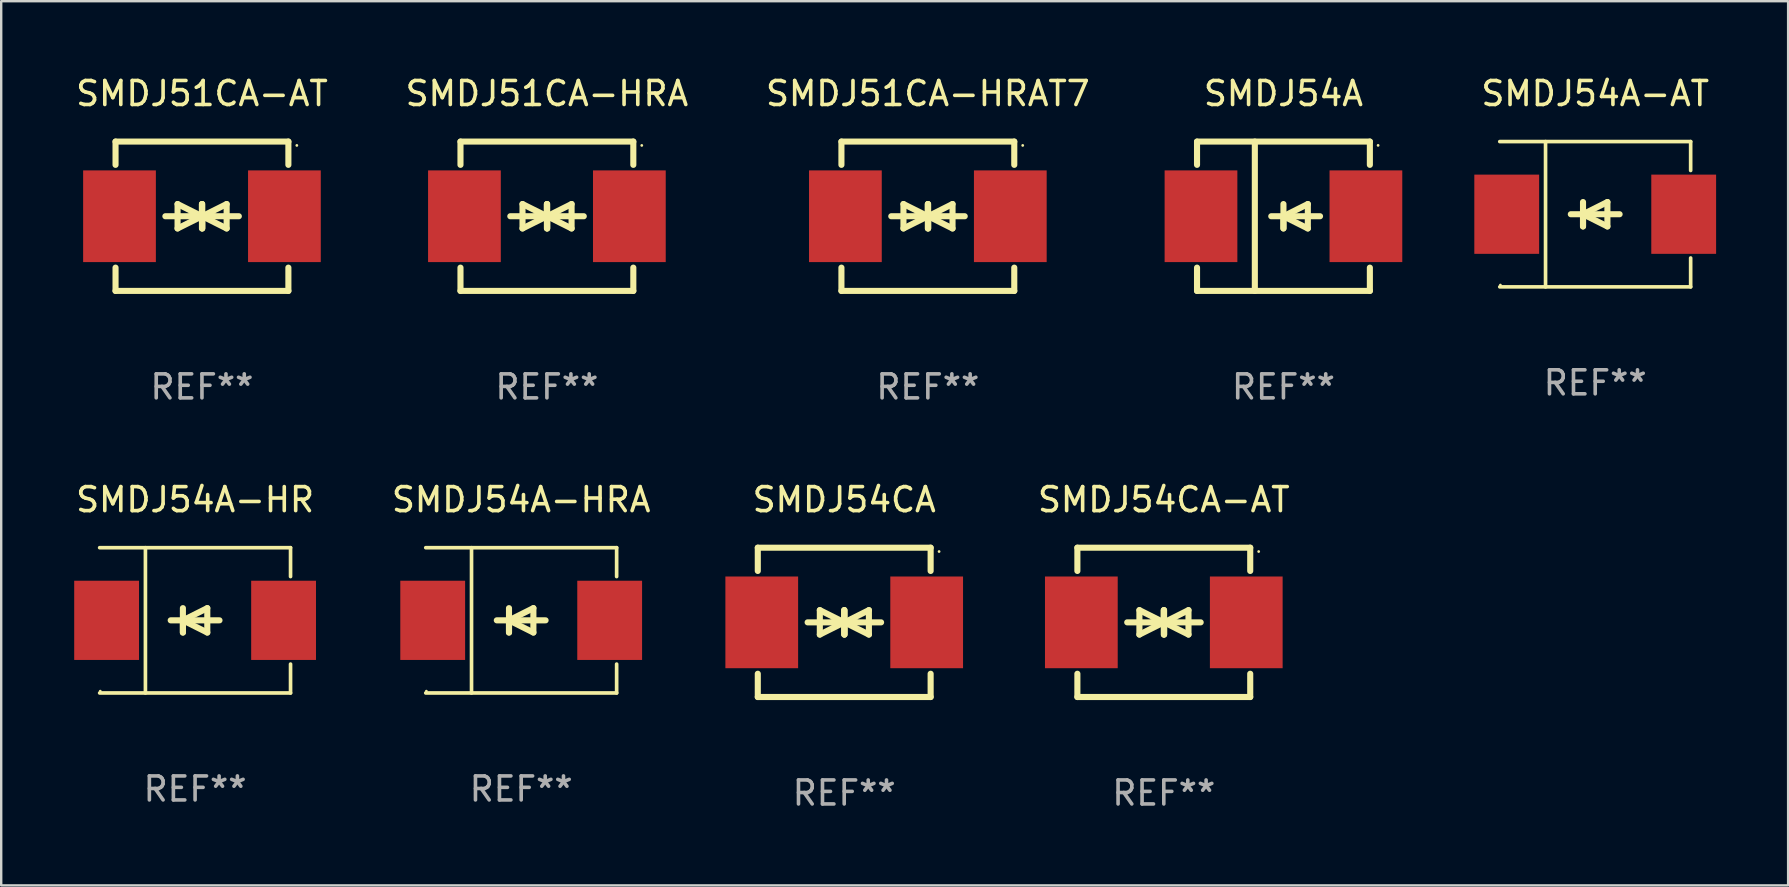
<source format=kicad_pcb>
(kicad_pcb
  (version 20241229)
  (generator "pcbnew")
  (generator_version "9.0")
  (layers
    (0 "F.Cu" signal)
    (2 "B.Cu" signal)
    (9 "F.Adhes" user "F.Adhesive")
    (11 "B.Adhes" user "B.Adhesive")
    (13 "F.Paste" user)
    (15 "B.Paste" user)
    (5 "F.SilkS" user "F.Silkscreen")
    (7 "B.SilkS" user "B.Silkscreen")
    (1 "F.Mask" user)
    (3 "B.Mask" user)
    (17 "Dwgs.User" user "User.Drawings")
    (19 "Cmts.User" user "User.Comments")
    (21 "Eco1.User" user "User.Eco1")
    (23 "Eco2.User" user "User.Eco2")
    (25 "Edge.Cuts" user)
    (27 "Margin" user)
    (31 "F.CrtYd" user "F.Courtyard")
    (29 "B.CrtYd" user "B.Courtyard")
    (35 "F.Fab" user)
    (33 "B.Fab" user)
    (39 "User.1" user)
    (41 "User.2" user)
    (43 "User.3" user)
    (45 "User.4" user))
  (footprint "SMDJ54A-AT"
    (layer "F.Cu")
    (at 63.401 5.874)
    (property "Reference" "SMDJ54A-AT" (at 0 -5.026 0) (layer "F.SilkS") (effects (font (size 1 1) (thickness 0.15))))
    (attr through_hole)
    (fp_line (start -3.976 -3.026) (end 3.976 -3.026) (stroke (width 0.152) (type solid)) (layer "F.SilkS"))
    (fp_line (start -3.976 3.026) (end 3.976 3.026) (stroke (width 0.152) (type solid)) (layer "F.SilkS"))
    (fp_line (start -2.069 -3.026) (end -2.069 3.026) (stroke (width 0.152) (type solid)) (layer "F.SilkS"))
    (fp_line (start -0.508 0) (end -0.508 0.508) (stroke (width 0.254) (type solid)) (layer "F.SilkS"))
    (fp_line (start -0.508 0) (end 0.508 0.508) (stroke (width 0.254) (type solid)) (layer "F.SilkS"))
    (fp_line (start -0.508 0.508) (end -0.508 -0.508) (stroke (width 0.254) (type solid)) (layer "F.SilkS"))
    (fp_line (start 0.508 -0.508) (end -0.508 0) (stroke (width 0.254) (type solid)) (layer "F.SilkS"))
    (fp_line (start 0.508 0.508) (end 0.508 -0.508) (stroke (width 0.254) (type solid)) (layer "F.SilkS"))
    (fp_line (start 1.016 0) (end -1.016 0) (stroke (width 0.254) (type solid)) (layer "F.SilkS"))
    (fp_line (start 3.976 -3.026) (end 3.976 -1.823) (stroke (width 0.152) (type solid)) (layer "F.SilkS"))
    (fp_line (start 3.976 3.026) (end 3.976 1.823) (stroke (width 0.152) (type solid)) (layer "F.SilkS"))
    (fp_circle (center -3.95 2.95) (end -3.92 2.95) (stroke (width 0.06) (type solid)) (fill no) (layer "F.SilkS"))
    (fp_text user "REF**" (at 0 7.026 0) (layer "F.Fab") (effects (font (size 1 1) (thickness 0.15))))
    (pad "1" smd rect (at -3.686 0) (size 2.7 3.3) (layers "F.Cu" "F.Mask" "F.Paste"))
    (pad "2" smd rect (at 3.686 0) (size 2.7 3.3) (layers "F.Cu" "F.Mask" "F.Paste")))
  (footprint "SMDJ54A-HR"
    (layer "F.Cu")
    (at 5.077 22.791)
    (property "Reference" "SMDJ54A-HR" (at 0 -5.026 0) (layer "F.SilkS") (effects (font (size 1 1) (thickness 0.15))))
    (attr through_hole)
    (fp_line (start -3.976 -3.026) (end 3.976 -3.026) (stroke (width 0.152) (type solid)) (layer "F.SilkS"))
    (fp_line (start -3.976 3.026) (end 3.976 3.026) (stroke (width 0.152) (type solid)) (layer "F.SilkS"))
    (fp_line (start -2.069 -3.026) (end -2.069 3.026) (stroke (width 0.152) (type solid)) (layer "F.SilkS"))
    (fp_line (start -0.508 0) (end -0.508 0.508) (stroke (width 0.254) (type solid)) (layer "F.SilkS"))
    (fp_line (start -0.508 0) (end 0.508 0.508) (stroke (width 0.254) (type solid)) (layer "F.SilkS"))
    (fp_line (start -0.508 0.508) (end -0.508 -0.508) (stroke (width 0.254) (type solid)) (layer "F.SilkS"))
    (fp_line (start 0.508 -0.508) (end -0.508 0) (stroke (width 0.254) (type solid)) (layer "F.SilkS"))
    (fp_line (start 0.508 0.508) (end 0.508 -0.508) (stroke (width 0.254) (type solid)) (layer "F.SilkS"))
    (fp_line (start 1.016 0) (end -1.016 0) (stroke (width 0.254) (type solid)) (layer "F.SilkS"))
    (fp_line (start 3.976 -3.026) (end 3.976 -1.823) (stroke (width 0.152) (type solid)) (layer "F.SilkS"))
    (fp_line (start 3.976 3.026) (end 3.976 1.823) (stroke (width 0.152) (type solid)) (layer "F.SilkS"))
    (fp_circle (center -3.95 2.95) (end -3.92 2.95) (stroke (width 0.06) (type solid)) (fill no) (layer "F.SilkS"))
    (fp_text user "REF**" (at 0 7.026 0) (layer "F.Fab") (effects (font (size 1 1) (thickness 0.15))))
    (pad "1" smd rect (at -3.686 0) (size 2.7 3.3) (layers "F.Cu" "F.Mask" "F.Paste"))
    (pad "2" smd rect (at 3.686 0) (size 2.7 3.3) (layers "F.Cu" "F.Mask" "F.Paste")))
  (footprint "SMDJ54A-HRA"
    (layer "F.Cu")
    (at 18.661 22.791)
    (property "Reference" "SMDJ54A-HRA" (at 0 -5.026 0) (layer "F.SilkS") (effects (font (size 1 1) (thickness 0.15))))
    (attr through_hole)
    (fp_line (start -3.976 -3.026) (end 3.976 -3.026) (stroke (width 0.152) (type solid)) (layer "F.SilkS"))
    (fp_line (start -3.976 3.026) (end 3.976 3.026) (stroke (width 0.152) (type solid)) (layer "F.SilkS"))
    (fp_line (start -2.069 -3.026) (end -2.069 3.026) (stroke (width 0.152) (type solid)) (layer "F.SilkS"))
    (fp_line (start -0.508 0) (end -0.508 0.508) (stroke (width 0.254) (type solid)) (layer "F.SilkS"))
    (fp_line (start -0.508 0) (end 0.508 0.508) (stroke (width 0.254) (type solid)) (layer "F.SilkS"))
    (fp_line (start -0.508 0.508) (end -0.508 -0.508) (stroke (width 0.254) (type solid)) (layer "F.SilkS"))
    (fp_line (start 0.508 -0.508) (end -0.508 0) (stroke (width 0.254) (type solid)) (layer "F.SilkS"))
    (fp_line (start 0.508 0.508) (end 0.508 -0.508) (stroke (width 0.254) (type solid)) (layer "F.SilkS"))
    (fp_line (start 1.016 0) (end -1.016 0) (stroke (width 0.254) (type solid)) (layer "F.SilkS"))
    (fp_line (start 3.976 -3.026) (end 3.976 -1.823) (stroke (width 0.152) (type solid)) (layer "F.SilkS"))
    (fp_line (start 3.976 3.026) (end 3.976 1.823) (stroke (width 0.152) (type solid)) (layer "F.SilkS"))
    (fp_circle (center -3.95 2.95) (end -3.92 2.95) (stroke (width 0.06) (type solid)) (fill no) (layer "F.SilkS"))
    (fp_text user "REF**" (at 0 7.026 0) (layer "F.Fab") (effects (font (size 1 1) (thickness 0.15))))
    (pad "1" smd rect (at -3.686 0) (size 2.7 3.3) (layers "F.Cu" "F.Mask" "F.Paste"))
    (pad "2" smd rect (at 3.686 0) (size 2.7 3.3) (layers "F.Cu" "F.Mask" "F.Paste")))
  (footprint "SMDJ54A"
    (layer "F.Cu")
    (at 50.414 5.958)
    (property "Reference" "SMDJ54A" (at 0 -5.11 0) (layer "F.SilkS") (effects (font (size 1 1) (thickness 0.15))))
    (attr through_hole)
    (fp_line (start -3.6 -3.11) (end -3.6 -2.141) (stroke (width 0.254) (type solid)) (layer "F.SilkS"))
    (fp_line (start -3.6 -3.11) (end 3.6 -3.11) (stroke (width 0.254) (type solid)) (layer "F.SilkS"))
    (fp_line (start -3.6 2.141) (end -3.6 3.11) (stroke (width 0.254) (type solid)) (layer "F.SilkS"))
    (fp_line (start -3.6 3.11) (end 3.6 3.11) (stroke (width 0.254) (type solid)) (layer "F.SilkS"))
    (fp_line (start -1.192 -3.11) (end -1.192 3.11) (stroke (width 0.254) (type solid)) (layer "F.SilkS"))
    (fp_line (start 0 0) (end 0 0.508) (stroke (width 0.254) (type solid)) (layer "F.SilkS"))
    (fp_line (start 0 0) (end 1.016 0.508) (stroke (width 0.254) (type solid)) (layer "F.SilkS"))
    (fp_line (start 0 0.508) (end 0 -0.508) (stroke (width 0.254) (type solid)) (layer "F.SilkS"))
    (fp_line (start 1.016 -0.508) (end 0 0) (stroke (width 0.254) (type solid)) (layer "F.SilkS"))
    (fp_line (start 1.016 0.508) (end 1.016 -0.508) (stroke (width 0.254) (type solid)) (layer "F.SilkS"))
    (fp_line (start 1.524 0) (end -0.508 0) (stroke (width 0.254) (type solid)) (layer "F.SilkS"))
    (fp_line (start 3.6 -3.11) (end 3.6 -2.141) (stroke (width 0.254) (type solid)) (layer "F.SilkS"))
    (fp_line (start 3.6 2.141) (end 3.6 3.11) (stroke (width 0.254) (type solid)) (layer "F.SilkS"))
    (fp_circle (center 3.943 -2.952) (end 3.973 -2.952) (stroke (width 0.06) (type solid)) (fill no) (layer "F.SilkS"))
    (fp_text user "REF**" (at 0 7.11 0) (layer "F.Fab") (effects (font (size 1 1) (thickness 0.15))))
    (pad "1" smd rect (at 3.435 0 180) (size 3.03 3.82) (layers "F.Cu" "F.Mask" "F.Paste"))
    (pad "2" smd rect (at -3.435 0 180) (size 3.03 3.82) (layers "F.Cu" "F.Mask" "F.Paste")))
  (footprint "SMDJ54CA"
    (layer "F.Cu")
    (at 32.117 22.875)
    (property "Reference" "SMDJ54CA" (at 0 -5.11 0) (layer "F.SilkS") (effects (font (size 1 1) (thickness 0.15))))
    (attr through_hole)
    (fp_line (start -3.6 -2.141) (end -3.6 -3.11) (stroke (width 0.254) (type solid)) (layer "F.SilkS"))
    (fp_line (start -3.6 3.11) (end -3.6 2.141) (stroke (width 0.254) (type solid)) (layer "F.SilkS"))
    (fp_line (start -1.524 0) (end 0.508 0) (stroke (width 0.254) (type solid)) (layer "F.SilkS"))
    (fp_line (start -1.016 -0.508) (end -1.016 0.508) (stroke (width 0.254) (type solid)) (layer "F.SilkS"))
    (fp_line (start -1.016 0.508) (end 0 0) (stroke (width 0.254) (type solid)) (layer "F.SilkS"))
    (fp_line (start 0 -0.508) (end 0 0.508) (stroke (width 0.254) (type solid)) (layer "F.SilkS"))
    (fp_line (start 0 0) (end -1.016 -0.508) (stroke (width 0.254) (type solid)) (layer "F.SilkS"))
    (fp_line (start 0 0) (end 0 -0.508) (stroke (width 0.254) (type solid)) (layer "F.SilkS"))
    (fp_line (start 0.012 0) (end 0.012 0.508) (stroke (width 0.254) (type solid)) (layer "F.SilkS"))
    (fp_line (start 0.012 0) (end 1.028 0.508) (stroke (width 0.254) (type solid)) (layer "F.SilkS"))
    (fp_line (start 0.012 0.508) (end 0.012 -0.508) (stroke (width 0.254) (type solid)) (layer "F.SilkS"))
    (fp_line (start 1.028 -0.508) (end 0.012 0) (stroke (width 0.254) (type solid)) (layer "F.SilkS"))
    (fp_line (start 1.028 0.508) (end 1.028 -0.508) (stroke (width 0.254) (type solid)) (layer "F.SilkS"))
    (fp_line (start 1.536 0) (end -0.496 0) (stroke (width 0.254) (type solid)) (layer "F.SilkS"))
    (fp_line (start 3.6 -3.11) (end -3.6 -3.11) (stroke (width 0.254) (type solid)) (layer "F.SilkS"))
    (fp_line (start 3.6 -2.141) (end 3.6 -3.11) (stroke (width 0.254) (type solid)) (layer "F.SilkS"))
    (fp_line (start 3.6 3.11) (end -3.6 3.11) (stroke (width 0.254) (type solid)) (layer "F.SilkS"))
    (fp_line (start 3.6 3.11) (end 3.6 2.141) (stroke (width 0.254) (type solid)) (layer "F.SilkS"))
    (fp_circle (center 3.952 -2.95) (end 3.982 -2.95) (stroke (width 0.06) (type solid)) (fill no) (layer "F.SilkS"))
    (fp_text user "REF**" (at 0 7.11 0) (layer "F.Fab") (effects (font (size 1 1) (thickness 0.15))))
    (pad "1" smd rect (at 3.435 0) (size 3.03 3.82) (layers "F.Cu" "F.Mask" "F.Paste"))
    (pad "2" smd rect (at -3.435 0) (size 3.03 3.82) (layers "F.Cu" "F.Mask" "F.Paste")))
  (footprint "SMDJ51CA-HRAT7"
    (layer "F.Cu")
    (at 35.601 5.958)
    (property "Reference" "SMDJ51CA-HRAT7" (at 0 -5.11 0) (layer "F.SilkS") (effects (font (size 1 1) (thickness 0.15))))
    (attr through_hole)
    (fp_line (start -3.6 -2.141) (end -3.6 -3.11) (stroke (width 0.254) (type solid)) (layer "F.SilkS"))
    (fp_line (start -3.6 3.11) (end -3.6 2.141) (stroke (width 0.254) (type solid)) (layer "F.SilkS"))
    (fp_line (start -1.524 0) (end 0.508 0) (stroke (width 0.254) (type solid)) (layer "F.SilkS"))
    (fp_line (start -1.016 -0.508) (end -1.016 0.508) (stroke (width 0.254) (type solid)) (layer "F.SilkS"))
    (fp_line (start -1.016 0.508) (end 0 0) (stroke (width 0.254) (type solid)) (layer "F.SilkS"))
    (fp_line (start 0 -0.508) (end 0 0.508) (stroke (width 0.254) (type solid)) (layer "F.SilkS"))
    (fp_line (start 0 0) (end -1.016 -0.508) (stroke (width 0.254) (type solid)) (layer "F.SilkS"))
    (fp_line (start 0 0) (end 0 -0.508) (stroke (width 0.254) (type solid)) (layer "F.SilkS"))
    (fp_line (start 0.012 0) (end 0.012 0.508) (stroke (width 0.254) (type solid)) (layer "F.SilkS"))
    (fp_line (start 0.012 0) (end 1.028 0.508) (stroke (width 0.254) (type solid)) (layer "F.SilkS"))
    (fp_line (start 0.012 0.508) (end 0.012 -0.508) (stroke (width 0.254) (type solid)) (layer "F.SilkS"))
    (fp_line (start 1.028 -0.508) (end 0.012 0) (stroke (width 0.254) (type solid)) (layer "F.SilkS"))
    (fp_line (start 1.028 0.508) (end 1.028 -0.508) (stroke (width 0.254) (type solid)) (layer "F.SilkS"))
    (fp_line (start 1.536 0) (end -0.496 0) (stroke (width 0.254) (type solid)) (layer "F.SilkS"))
    (fp_line (start 3.6 -3.11) (end -3.6 -3.11) (stroke (width 0.254) (type solid)) (layer "F.SilkS"))
    (fp_line (start 3.6 -2.141) (end 3.6 -3.11) (stroke (width 0.254) (type solid)) (layer "F.SilkS"))
    (fp_line (start 3.6 3.11) (end -3.6 3.11) (stroke (width 0.254) (type solid)) (layer "F.SilkS"))
    (fp_line (start 3.6 3.11) (end 3.6 2.141) (stroke (width 0.254) (type solid)) (layer "F.SilkS"))
    (fp_circle (center 3.952 -2.95) (end 3.982 -2.95) (stroke (width 0.06) (type solid)) (fill no) (layer "F.SilkS"))
    (fp_text user "REF**" (at 0 7.11 0) (layer "F.Fab") (effects (font (size 1 1) (thickness 0.15))))
    (pad "1" smd rect (at 3.435 0) (size 3.03 3.82) (layers "F.Cu" "F.Mask" "F.Paste"))
    (pad "2" smd rect (at -3.435 0) (size 3.03 3.82) (layers "F.Cu" "F.Mask" "F.Paste")))
  (footprint "SMDJ51CA-HRA"
    (layer "F.Cu")
    (at 19.732 5.958)
    (property "Reference" "SMDJ51CA-HRA" (at 0 -5.11 0) (layer "F.SilkS") (effects (font (size 1 1) (thickness 0.15))))
    (attr through_hole)
    (fp_line (start -3.6 -2.141) (end -3.6 -3.11) (stroke (width 0.254) (type solid)) (layer "F.SilkS"))
    (fp_line (start -3.6 3.11) (end -3.6 2.141) (stroke (width 0.254) (type solid)) (layer "F.SilkS"))
    (fp_line (start -1.524 0) (end 0.508 0) (stroke (width 0.254) (type solid)) (layer "F.SilkS"))
    (fp_line (start -1.016 -0.508) (end -1.016 0.508) (stroke (width 0.254) (type solid)) (layer "F.SilkS"))
    (fp_line (start -1.016 0.508) (end 0 0) (stroke (width 0.254) (type solid)) (layer "F.SilkS"))
    (fp_line (start 0 -0.508) (end 0 0.508) (stroke (width 0.254) (type solid)) (layer "F.SilkS"))
    (fp_line (start 0 0) (end -1.016 -0.508) (stroke (width 0.254) (type solid)) (layer "F.SilkS"))
    (fp_line (start 0 0) (end 0 -0.508) (stroke (width 0.254) (type solid)) (layer "F.SilkS"))
    (fp_line (start 0.012 0) (end 0.012 0.508) (stroke (width 0.254) (type solid)) (layer "F.SilkS"))
    (fp_line (start 0.012 0) (end 1.028 0.508) (stroke (width 0.254) (type solid)) (layer "F.SilkS"))
    (fp_line (start 0.012 0.508) (end 0.012 -0.508) (stroke (width 0.254) (type solid)) (layer "F.SilkS"))
    (fp_line (start 1.028 -0.508) (end 0.012 0) (stroke (width 0.254) (type solid)) (layer "F.SilkS"))
    (fp_line (start 1.028 0.508) (end 1.028 -0.508) (stroke (width 0.254) (type solid)) (layer "F.SilkS"))
    (fp_line (start 1.536 0) (end -0.496 0) (stroke (width 0.254) (type solid)) (layer "F.SilkS"))
    (fp_line (start 3.6 -3.11) (end -3.6 -3.11) (stroke (width 0.254) (type solid)) (layer "F.SilkS"))
    (fp_line (start 3.6 -2.141) (end 3.6 -3.11) (stroke (width 0.254) (type solid)) (layer "F.SilkS"))
    (fp_line (start 3.6 3.11) (end -3.6 3.11) (stroke (width 0.254) (type solid)) (layer "F.SilkS"))
    (fp_line (start 3.6 3.11) (end 3.6 2.141) (stroke (width 0.254) (type solid)) (layer "F.SilkS"))
    (fp_circle (center 3.952 -2.95) (end 3.982 -2.95) (stroke (width 0.06) (type solid)) (fill no) (layer "F.SilkS"))
    (fp_text user "REF**" (at 0 7.11 0) (layer "F.Fab") (effects (font (size 1 1) (thickness 0.15))))
    (pad "1" smd rect (at 3.435 0) (size 3.03 3.82) (layers "F.Cu" "F.Mask" "F.Paste"))
    (pad "2" smd rect (at -3.435 0) (size 3.03 3.82) (layers "F.Cu" "F.Mask" "F.Paste")))
  (footprint "SMDJ54CA-AT"
    (layer "F.Cu")
    (at 45.43 22.875)
    (property "Reference" "SMDJ54CA-AT" (at 0 -5.11 0) (layer "F.SilkS") (effects (font (size 1 1) (thickness 0.15))))
    (attr through_hole)
    (fp_line (start -3.6 -2.141) (end -3.6 -3.11) (stroke (width 0.254) (type solid)) (layer "F.SilkS"))
    (fp_line (start -3.6 3.11) (end -3.6 2.141) (stroke (width 0.254) (type solid)) (layer "F.SilkS"))
    (fp_line (start -1.524 0) (end 0.508 0) (stroke (width 0.254) (type solid)) (layer "F.SilkS"))
    (fp_line (start -1.016 -0.508) (end -1.016 0.508) (stroke (width 0.254) (type solid)) (layer "F.SilkS"))
    (fp_line (start -1.016 0.508) (end 0 0) (stroke (width 0.254) (type solid)) (layer "F.SilkS"))
    (fp_line (start 0 -0.508) (end 0 0.508) (stroke (width 0.254) (type solid)) (layer "F.SilkS"))
    (fp_line (start 0 0) (end -1.016 -0.508) (stroke (width 0.254) (type solid)) (layer "F.SilkS"))
    (fp_line (start 0 0) (end 0 -0.508) (stroke (width 0.254) (type solid)) (layer "F.SilkS"))
    (fp_line (start 0.012 0) (end 0.012 0.508) (stroke (width 0.254) (type solid)) (layer "F.SilkS"))
    (fp_line (start 0.012 0) (end 1.028 0.508) (stroke (width 0.254) (type solid)) (layer "F.SilkS"))
    (fp_line (start 0.012 0.508) (end 0.012 -0.508) (stroke (width 0.254) (type solid)) (layer "F.SilkS"))
    (fp_line (start 1.028 -0.508) (end 0.012 0) (stroke (width 0.254) (type solid)) (layer "F.SilkS"))
    (fp_line (start 1.028 0.508) (end 1.028 -0.508) (stroke (width 0.254) (type solid)) (layer "F.SilkS"))
    (fp_line (start 1.536 0) (end -0.496 0) (stroke (width 0.254) (type solid)) (layer "F.SilkS"))
    (fp_line (start 3.6 -3.11) (end -3.6 -3.11) (stroke (width 0.254) (type solid)) (layer "F.SilkS"))
    (fp_line (start 3.6 -2.141) (end 3.6 -3.11) (stroke (width 0.254) (type solid)) (layer "F.SilkS"))
    (fp_line (start 3.6 3.11) (end -3.6 3.11) (stroke (width 0.254) (type solid)) (layer "F.SilkS"))
    (fp_line (start 3.6 3.11) (end 3.6 2.141) (stroke (width 0.254) (type solid)) (layer "F.SilkS"))
    (fp_circle (center 3.952 -2.95) (end 3.982 -2.95) (stroke (width 0.06) (type solid)) (fill no) (layer "F.SilkS"))
    (fp_text user "REF**" (at 0 7.11 0) (layer "F.Fab") (effects (font (size 1 1) (thickness 0.15))))
    (pad "1" smd rect (at 3.435 0) (size 3.03 3.82) (layers "F.Cu" "F.Mask" "F.Paste"))
    (pad "2" smd rect (at -3.435 0) (size 3.03 3.82) (layers "F.Cu" "F.Mask" "F.Paste")))
  (footprint "SMDJ51CA-AT"
    (layer "F.Cu")
    (at 5.363 5.958)
    (property "Reference" "SMDJ51CA-AT" (at 0 -5.11 0) (layer "F.SilkS") (effects (font (size 1 1) (thickness 0.15))))
    (attr through_hole)
    (fp_line (start -3.6 -2.141) (end -3.6 -3.11) (stroke (width 0.254) (type solid)) (layer "F.SilkS"))
    (fp_line (start -3.6 3.11) (end -3.6 2.141) (stroke (width 0.254) (type solid)) (layer "F.SilkS"))
    (fp_line (start -1.524 0) (end 0.508 0) (stroke (width 0.254) (type solid)) (layer "F.SilkS"))
    (fp_line (start -1.016 -0.508) (end -1.016 0.508) (stroke (width 0.254) (type solid)) (layer "F.SilkS"))
    (fp_line (start -1.016 0.508) (end 0 0) (stroke (width 0.254) (type solid)) (layer "F.SilkS"))
    (fp_line (start 0 -0.508) (end 0 0.508) (stroke (width 0.254) (type solid)) (layer "F.SilkS"))
    (fp_line (start 0 0) (end -1.016 -0.508) (stroke (width 0.254) (type solid)) (layer "F.SilkS"))
    (fp_line (start 0 0) (end 0 -0.508) (stroke (width 0.254) (type solid)) (layer "F.SilkS"))
    (fp_line (start 0.012 0) (end 0.012 0.508) (stroke (width 0.254) (type solid)) (layer "F.SilkS"))
    (fp_line (start 0.012 0) (end 1.028 0.508) (stroke (width 0.254) (type solid)) (layer "F.SilkS"))
    (fp_line (start 0.012 0.508) (end 0.012 -0.508) (stroke (width 0.254) (type solid)) (layer "F.SilkS"))
    (fp_line (start 1.028 -0.508) (end 0.012 0) (stroke (width 0.254) (type solid)) (layer "F.SilkS"))
    (fp_line (start 1.028 0.508) (end 1.028 -0.508) (stroke (width 0.254) (type solid)) (layer "F.SilkS"))
    (fp_line (start 1.536 0) (end -0.496 0) (stroke (width 0.254) (type solid)) (layer "F.SilkS"))
    (fp_line (start 3.6 -3.11) (end -3.6 -3.11) (stroke (width 0.254) (type solid)) (layer "F.SilkS"))
    (fp_line (start 3.6 -2.141) (end 3.6 -3.11) (stroke (width 0.254) (type solid)) (layer "F.SilkS"))
    (fp_line (start 3.6 3.11) (end -3.6 3.11) (stroke (width 0.254) (type solid)) (layer "F.SilkS"))
    (fp_line (start 3.6 3.11) (end 3.6 2.141) (stroke (width 0.254) (type solid)) (layer "F.SilkS"))
    (fp_circle (center 3.952 -2.95) (end 3.982 -2.95) (stroke (width 0.06) (type solid)) (fill no) (layer "F.SilkS"))
    (fp_text user "REF**" (at 0 7.11 0) (layer "F.Fab") (effects (font (size 1 1) (thickness 0.15))))
    (pad "1" smd rect (at 3.435 0) (size 3.03 3.82) (layers "F.Cu" "F.Mask" "F.Paste"))
    (pad "2" smd rect (at -3.435 0) (size 3.03 3.82) (layers "F.Cu" "F.Mask" "F.Paste")))
  (gr_rect
    (start -3 -3)
    (end 71.437 33.833)
    (stroke (width 0.1) (type default))
    (fill no)
    (layer "Edge.Cuts")))
</source>
